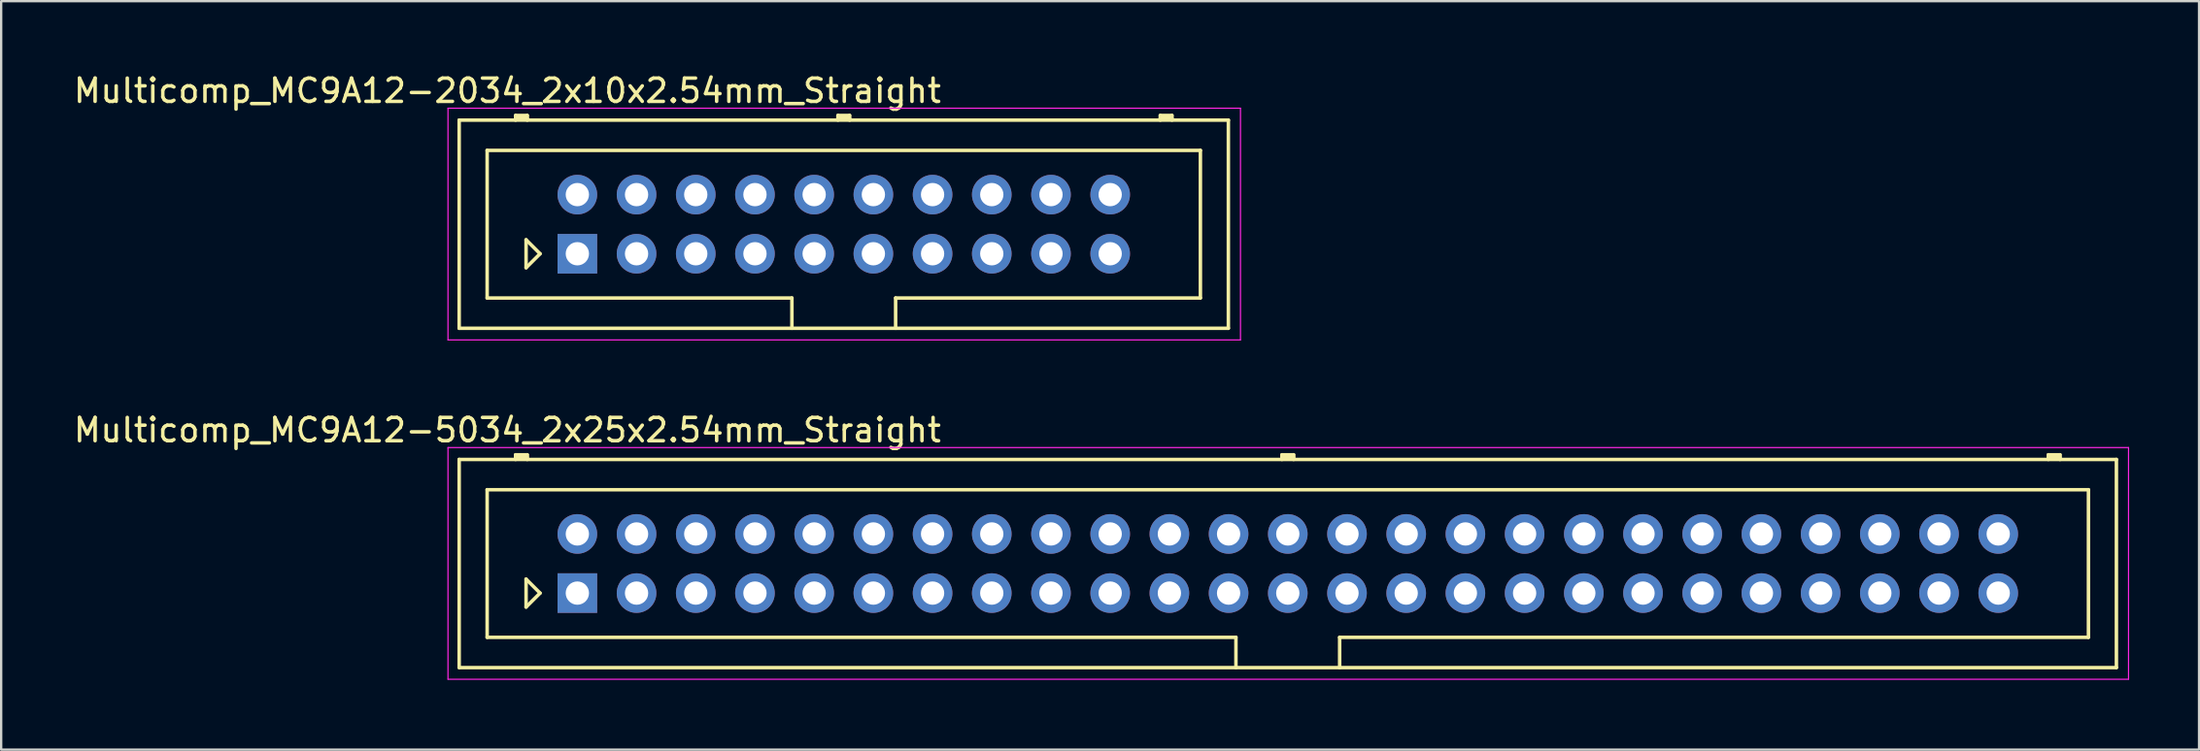
<source format=kicad_pcb>
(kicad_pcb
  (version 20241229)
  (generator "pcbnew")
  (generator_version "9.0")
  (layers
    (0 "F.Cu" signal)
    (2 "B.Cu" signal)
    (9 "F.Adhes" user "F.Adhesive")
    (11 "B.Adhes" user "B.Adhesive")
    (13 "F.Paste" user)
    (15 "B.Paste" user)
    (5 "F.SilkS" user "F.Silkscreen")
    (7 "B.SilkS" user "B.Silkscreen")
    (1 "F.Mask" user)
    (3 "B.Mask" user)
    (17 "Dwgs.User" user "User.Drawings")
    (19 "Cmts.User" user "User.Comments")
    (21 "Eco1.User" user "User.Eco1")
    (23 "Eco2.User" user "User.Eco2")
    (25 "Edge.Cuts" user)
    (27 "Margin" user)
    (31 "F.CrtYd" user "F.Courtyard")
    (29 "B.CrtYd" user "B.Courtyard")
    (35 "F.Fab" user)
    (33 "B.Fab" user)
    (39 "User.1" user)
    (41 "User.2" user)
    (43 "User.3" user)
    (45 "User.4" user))
  (footprint "Multicomp_MC9A12-2034_2x10x2.54mm_Straight"
    (layer "F.Cu")
    (at 21.72 7.848)
    (property "Reference" "Multicomp_MC9A12-2034_2x10x2.54mm_Straight" (at -3 -7 0) (layer "F.SilkS") (effects (font (size 1 1) (thickness 0.15))))
    (attr through_hole)
    (fp_line (start -5.07 -5.74) (end 27.93 -5.74) (stroke (width 0.15) (type solid)) (layer "F.SilkS"))
    (fp_line (start -5.07 3.2) (end -5.07 -5.74) (stroke (width 0.15) (type solid)) (layer "F.SilkS"))
    (fp_line (start -3.87 -4.44) (end 26.73 -4.44) (stroke (width 0.15) (type solid)) (layer "F.SilkS"))
    (fp_line (start -3.87 1.9) (end -3.87 -4.44) (stroke (width 0.15) (type solid)) (layer "F.SilkS"))
    (fp_line (start -2.65 -5.94) (end -2.15 -5.94) (stroke (width 0.15) (type solid)) (layer "F.SilkS"))
    (fp_line (start -2.65 -5.84) (end -2.15 -5.84) (stroke (width 0.15) (type solid)) (layer "F.SilkS"))
    (fp_line (start -2.65 -5.74) (end -2.65 -5.94) (stroke (width 0.15) (type solid)) (layer "F.SilkS"))
    (fp_line (start -2.2 -0.6) (end -1.6 0) (stroke (width 0.15) (type solid)) (layer "F.SilkS"))
    (fp_line (start -2.2 0.6) (end -2.2 -0.6) (stroke (width 0.15) (type solid)) (layer "F.SilkS"))
    (fp_line (start -2.15 -5.94) (end -2.15 -5.74) (stroke (width 0.15) (type solid)) (layer "F.SilkS"))
    (fp_line (start -1.6 0) (end -2.2 0.6) (stroke (width 0.15) (type solid)) (layer "F.SilkS"))
    (fp_line (start 9.205 1.9) (end -3.87 1.9) (stroke (width 0.15) (type solid)) (layer "F.SilkS"))
    (fp_line (start 9.205 3.2) (end 9.205 1.9) (stroke (width 0.15) (type solid)) (layer "F.SilkS"))
    (fp_line (start 11.18 -5.94) (end 11.68 -5.94) (stroke (width 0.15) (type solid)) (layer "F.SilkS"))
    (fp_line (start 11.18 -5.84) (end 11.68 -5.84) (stroke (width 0.15) (type solid)) (layer "F.SilkS"))
    (fp_line (start 11.18 -5.74) (end 11.18 -5.94) (stroke (width 0.15) (type solid)) (layer "F.SilkS"))
    (fp_line (start 11.68 -5.94) (end 11.68 -5.74) (stroke (width 0.15) (type solid)) (layer "F.SilkS"))
    (fp_line (start 13.655 1.9) (end 13.655 3.2) (stroke (width 0.15) (type solid)) (layer "F.SilkS"))
    (fp_line (start 25.01 -5.94) (end 25.51 -5.94) (stroke (width 0.15) (type solid)) (layer "F.SilkS"))
    (fp_line (start 25.01 -5.84) (end 25.51 -5.84) (stroke (width 0.15) (type solid)) (layer "F.SilkS"))
    (fp_line (start 25.01 -5.74) (end 25.01 -5.94) (stroke (width 0.15) (type solid)) (layer "F.SilkS"))
    (fp_line (start 25.51 -5.94) (end 25.51 -5.74) (stroke (width 0.15) (type solid)) (layer "F.SilkS"))
    (fp_line (start 26.73 -4.44) (end 26.73 1.9) (stroke (width 0.15) (type solid)) (layer "F.SilkS"))
    (fp_line (start 26.73 1.9) (end 13.655 1.9) (stroke (width 0.15) (type solid)) (layer "F.SilkS"))
    (fp_line (start 27.93 -5.74) (end 27.93 3.2) (stroke (width 0.15) (type solid)) (layer "F.SilkS"))
    (fp_line (start 27.93 3.2) (end -5.07 3.2) (stroke (width 0.15) (type solid)) (layer "F.SilkS"))
    (fp_line (start -5.55 -6.25) (end 28.45 -6.25) (stroke (width 0.05) (type solid)) (layer "F.CrtYd"))
    (fp_line (start -5.55 3.7) (end -5.55 -6.25) (stroke (width 0.05) (type solid)) (layer "F.CrtYd"))
    (fp_line (start 28.45 -6.25) (end 28.45 3.7) (stroke (width 0.05) (type solid)) (layer "F.CrtYd"))
    (fp_line (start 28.45 3.7) (end -5.55 3.7) (stroke (width 0.05) (type solid)) (layer "F.CrtYd"))
    (pad "1" thru_hole rect (at 0 0) (size 1.7 1.7) (drill 1) (layers "*.Cu" "*.Mask"))
    (pad "2" thru_hole circle (at 0 -2.54) (size 1.7 1.7) (drill 1) (layers "*.Cu" "*.Mask"))
    (pad "3" thru_hole circle (at 2.54 0) (size 1.7 1.7) (drill 1) (layers "*.Cu" "*.Mask"))
    (pad "4" thru_hole circle (at 2.54 -2.54) (size 1.7 1.7) (drill 1) (layers "*.Cu" "*.Mask"))
    (pad "5" thru_hole circle (at 5.08 0) (size 1.7 1.7) (drill 1) (layers "*.Cu" "*.Mask"))
    (pad "6" thru_hole circle (at 5.08 -2.54) (size 1.7 1.7) (drill 1) (layers "*.Cu" "*.Mask"))
    (pad "7" thru_hole circle (at 7.62 0) (size 1.7 1.7) (drill 1) (layers "*.Cu" "*.Mask"))
    (pad "8" thru_hole circle (at 7.62 -2.54) (size 1.7 1.7) (drill 1) (layers "*.Cu" "*.Mask"))
    (pad "9" thru_hole circle (at 10.16 0) (size 1.7 1.7) (drill 1) (layers "*.Cu" "*.Mask"))
    (pad "10" thru_hole circle (at 10.16 -2.54) (size 1.7 1.7) (drill 1) (layers "*.Cu" "*.Mask"))
    (pad "11" thru_hole circle (at 12.7 0) (size 1.7 1.7) (drill 1) (layers "*.Cu" "*.Mask"))
    (pad "12" thru_hole circle (at 12.7 -2.54) (size 1.7 1.7) (drill 1) (layers "*.Cu" "*.Mask"))
    (pad "13" thru_hole circle (at 15.24 0) (size 1.7 1.7) (drill 1) (layers "*.Cu" "*.Mask"))
    (pad "14" thru_hole circle (at 15.24 -2.54) (size 1.7 1.7) (drill 1) (layers "*.Cu" "*.Mask"))
    (pad "15" thru_hole circle (at 17.78 0) (size 1.7 1.7) (drill 1) (layers "*.Cu" "*.Mask"))
    (pad "16" thru_hole circle (at 17.78 -2.54) (size 1.7 1.7) (drill 1) (layers "*.Cu" "*.Mask"))
    (pad "17" thru_hole circle (at 20.32 0) (size 1.7 1.7) (drill 1) (layers "*.Cu" "*.Mask"))
    (pad "18" thru_hole circle (at 20.32 -2.54) (size 1.7 1.7) (drill 1) (layers "*.Cu" "*.Mask"))
    (pad "19" thru_hole circle (at 22.86 0) (size 1.7 1.7) (drill 1) (layers "*.Cu" "*.Mask"))
    (pad "20" thru_hole circle (at 22.86 -2.54) (size 1.7 1.7) (drill 1) (layers "*.Cu" "*.Mask")))
  (footprint "Multicomp_MC9A12-5034_2x25x2.54mm_Straight"
    (layer "F.Cu")
    (at 21.72 22.422)
    (property "Reference" "Multicomp_MC9A12-5034_2x25x2.54mm_Straight" (at -3 -7 0) (layer "F.SilkS") (effects (font (size 1 1) (thickness 0.15))))
    (attr through_hole)
    (fp_line (start -5.07 -5.74) (end 66.03 -5.74) (stroke (width 0.15) (type solid)) (layer "F.SilkS"))
    (fp_line (start -5.07 3.2) (end -5.07 -5.74) (stroke (width 0.15) (type solid)) (layer "F.SilkS"))
    (fp_line (start -3.87 -4.44) (end 64.83 -4.44) (stroke (width 0.15) (type solid)) (layer "F.SilkS"))
    (fp_line (start -3.87 1.9) (end -3.87 -4.44) (stroke (width 0.15) (type solid)) (layer "F.SilkS"))
    (fp_line (start -2.65 -5.94) (end -2.15 -5.94) (stroke (width 0.15) (type solid)) (layer "F.SilkS"))
    (fp_line (start -2.65 -5.84) (end -2.15 -5.84) (stroke (width 0.15) (type solid)) (layer "F.SilkS"))
    (fp_line (start -2.65 -5.74) (end -2.65 -5.94) (stroke (width 0.15) (type solid)) (layer "F.SilkS"))
    (fp_line (start -2.2 -0.6) (end -1.6 0) (stroke (width 0.15) (type solid)) (layer "F.SilkS"))
    (fp_line (start -2.2 0.6) (end -2.2 -0.6) (stroke (width 0.15) (type solid)) (layer "F.SilkS"))
    (fp_line (start -2.15 -5.94) (end -2.15 -5.74) (stroke (width 0.15) (type solid)) (layer "F.SilkS"))
    (fp_line (start -1.6 0) (end -2.2 0.6) (stroke (width 0.15) (type solid)) (layer "F.SilkS"))
    (fp_line (start 28.255 1.9) (end -3.87 1.9) (stroke (width 0.15) (type solid)) (layer "F.SilkS"))
    (fp_line (start 28.255 3.2) (end 28.255 1.9) (stroke (width 0.15) (type solid)) (layer "F.SilkS"))
    (fp_line (start 30.23 -5.94) (end 30.73 -5.94) (stroke (width 0.15) (type solid)) (layer "F.SilkS"))
    (fp_line (start 30.23 -5.84) (end 30.73 -5.84) (stroke (width 0.15) (type solid)) (layer "F.SilkS"))
    (fp_line (start 30.23 -5.74) (end 30.23 -5.94) (stroke (width 0.15) (type solid)) (layer "F.SilkS"))
    (fp_line (start 30.73 -5.94) (end 30.73 -5.74) (stroke (width 0.15) (type solid)) (layer "F.SilkS"))
    (fp_line (start 32.705 1.9) (end 32.705 3.2) (stroke (width 0.15) (type solid)) (layer "F.SilkS"))
    (fp_line (start 63.11 -5.94) (end 63.61 -5.94) (stroke (width 0.15) (type solid)) (layer "F.SilkS"))
    (fp_line (start 63.11 -5.84) (end 63.61 -5.84) (stroke (width 0.15) (type solid)) (layer "F.SilkS"))
    (fp_line (start 63.11 -5.74) (end 63.11 -5.94) (stroke (width 0.15) (type solid)) (layer "F.SilkS"))
    (fp_line (start 63.61 -5.94) (end 63.61 -5.74) (stroke (width 0.15) (type solid)) (layer "F.SilkS"))
    (fp_line (start 64.83 -4.44) (end 64.83 1.9) (stroke (width 0.15) (type solid)) (layer "F.SilkS"))
    (fp_line (start 64.83 1.9) (end 32.705 1.9) (stroke (width 0.15) (type solid)) (layer "F.SilkS"))
    (fp_line (start 66.03 -5.74) (end 66.03 3.2) (stroke (width 0.15) (type solid)) (layer "F.SilkS"))
    (fp_line (start 66.03 3.2) (end -5.07 3.2) (stroke (width 0.15) (type solid)) (layer "F.SilkS"))
    (fp_line (start -5.55 -6.25) (end 66.55 -6.25) (stroke (width 0.05) (type solid)) (layer "F.CrtYd"))
    (fp_line (start -5.55 3.7) (end -5.55 -6.25) (stroke (width 0.05) (type solid)) (layer "F.CrtYd"))
    (fp_line (start 66.55 -6.25) (end 66.55 3.7) (stroke (width 0.05) (type solid)) (layer "F.CrtYd"))
    (fp_line (start 66.55 3.7) (end -5.55 3.7) (stroke (width 0.05) (type solid)) (layer "F.CrtYd"))
    (pad "1" thru_hole rect (at 0 0) (size 1.7 1.7) (drill 1) (layers "*.Cu" "*.Mask"))
    (pad "2" thru_hole circle (at 0 -2.54) (size 1.7 1.7) (drill 1) (layers "*.Cu" "*.Mask"))
    (pad "3" thru_hole circle (at 2.54 0) (size 1.7 1.7) (drill 1) (layers "*.Cu" "*.Mask"))
    (pad "4" thru_hole circle (at 2.54 -2.54) (size 1.7 1.7) (drill 1) (layers "*.Cu" "*.Mask"))
    (pad "5" thru_hole circle (at 5.08 0) (size 1.7 1.7) (drill 1) (layers "*.Cu" "*.Mask"))
    (pad "6" thru_hole circle (at 5.08 -2.54) (size 1.7 1.7) (drill 1) (layers "*.Cu" "*.Mask"))
    (pad "7" thru_hole circle (at 7.62 0) (size 1.7 1.7) (drill 1) (layers "*.Cu" "*.Mask"))
    (pad "8" thru_hole circle (at 7.62 -2.54) (size 1.7 1.7) (drill 1) (layers "*.Cu" "*.Mask"))
    (pad "9" thru_hole circle (at 10.16 0) (size 1.7 1.7) (drill 1) (layers "*.Cu" "*.Mask"))
    (pad "10" thru_hole circle (at 10.16 -2.54) (size 1.7 1.7) (drill 1) (layers "*.Cu" "*.Mask"))
    (pad "11" thru_hole circle (at 12.7 0) (size 1.7 1.7) (drill 1) (layers "*.Cu" "*.Mask"))
    (pad "12" thru_hole circle (at 12.7 -2.54) (size 1.7 1.7) (drill 1) (layers "*.Cu" "*.Mask"))
    (pad "13" thru_hole circle (at 15.24 0) (size 1.7 1.7) (drill 1) (layers "*.Cu" "*.Mask"))
    (pad "14" thru_hole circle (at 15.24 -2.54) (size 1.7 1.7) (drill 1) (layers "*.Cu" "*.Mask"))
    (pad "15" thru_hole circle (at 17.78 0) (size 1.7 1.7) (drill 1) (layers "*.Cu" "*.Mask"))
    (pad "16" thru_hole circle (at 17.78 -2.54) (size 1.7 1.7) (drill 1) (layers "*.Cu" "*.Mask"))
    (pad "17" thru_hole circle (at 20.32 0) (size 1.7 1.7) (drill 1) (layers "*.Cu" "*.Mask"))
    (pad "18" thru_hole circle (at 20.32 -2.54) (size 1.7 1.7) (drill 1) (layers "*.Cu" "*.Mask"))
    (pad "19" thru_hole circle (at 22.86 0) (size 1.7 1.7) (drill 1) (layers "*.Cu" "*.Mask"))
    (pad "20" thru_hole circle (at 22.86 -2.54) (size 1.7 1.7) (drill 1) (layers "*.Cu" "*.Mask"))
    (pad "21" thru_hole circle (at 25.4 0) (size 1.7 1.7) (drill 1) (layers "*.Cu" "*.Mask"))
    (pad "22" thru_hole circle (at 25.4 -2.54) (size 1.7 1.7) (drill 1) (layers "*.Cu" "*.Mask"))
    (pad "23" thru_hole circle (at 27.94 0) (size 1.7 1.7) (drill 1) (layers "*.Cu" "*.Mask"))
    (pad "24" thru_hole circle (at 27.94 -2.54) (size 1.7 1.7) (drill 1) (layers "*.Cu" "*.Mask"))
    (pad "25" thru_hole circle (at 30.48 0) (size 1.7 1.7) (drill 1) (layers "*.Cu" "*.Mask"))
    (pad "26" thru_hole circle (at 30.48 -2.54) (size 1.7 1.7) (drill 1) (layers "*.Cu" "*.Mask"))
    (pad "27" thru_hole circle (at 33.02 0) (size 1.7 1.7) (drill 1) (layers "*.Cu" "*.Mask"))
    (pad "28" thru_hole circle (at 33.02 -2.54) (size 1.7 1.7) (drill 1) (layers "*.Cu" "*.Mask"))
    (pad "29" thru_hole circle (at 35.56 0) (size 1.7 1.7) (drill 1) (layers "*.Cu" "*.Mask"))
    (pad "30" thru_hole circle (at 35.56 -2.54) (size 1.7 1.7) (drill 1) (layers "*.Cu" "*.Mask"))
    (pad "31" thru_hole circle (at 38.1 0) (size 1.7 1.7) (drill 1) (layers "*.Cu" "*.Mask"))
    (pad "32" thru_hole circle (at 38.1 -2.54) (size 1.7 1.7) (drill 1) (layers "*.Cu" "*.Mask"))
    (pad "33" thru_hole circle (at 40.64 0) (size 1.7 1.7) (drill 1) (layers "*.Cu" "*.Mask"))
    (pad "34" thru_hole circle (at 40.64 -2.54) (size 1.7 1.7) (drill 1) (layers "*.Cu" "*.Mask"))
    (pad "35" thru_hole circle (at 43.18 0) (size 1.7 1.7) (drill 1) (layers "*.Cu" "*.Mask"))
    (pad "36" thru_hole circle (at 43.18 -2.54) (size 1.7 1.7) (drill 1) (layers "*.Cu" "*.Mask"))
    (pad "37" thru_hole circle (at 45.72 0) (size 1.7 1.7) (drill 1) (layers "*.Cu" "*.Mask"))
    (pad "38" thru_hole circle (at 45.72 -2.54) (size 1.7 1.7) (drill 1) (layers "*.Cu" "*.Mask"))
    (pad "39" thru_hole circle (at 48.26 0) (size 1.7 1.7) (drill 1) (layers "*.Cu" "*.Mask"))
    (pad "40" thru_hole circle (at 48.26 -2.54) (size 1.7 1.7) (drill 1) (layers "*.Cu" "*.Mask"))
    (pad "41" thru_hole circle (at 50.8 0) (size 1.7 1.7) (drill 1) (layers "*.Cu" "*.Mask"))
    (pad "42" thru_hole circle (at 50.8 -2.54) (size 1.7 1.7) (drill 1) (layers "*.Cu" "*.Mask"))
    (pad "43" thru_hole circle (at 53.34 0) (size 1.7 1.7) (drill 1) (layers "*.Cu" "*.Mask"))
    (pad "44" thru_hole circle (at 53.34 -2.54) (size 1.7 1.7) (drill 1) (layers "*.Cu" "*.Mask"))
    (pad "45" thru_hole circle (at 55.88 0) (size 1.7 1.7) (drill 1) (layers "*.Cu" "*.Mask"))
    (pad "46" thru_hole circle (at 55.88 -2.54) (size 1.7 1.7) (drill 1) (layers "*.Cu" "*.Mask"))
    (pad "47" thru_hole circle (at 58.42 0) (size 1.7 1.7) (drill 1) (layers "*.Cu" "*.Mask"))
    (pad "48" thru_hole circle (at 58.42 -2.54) (size 1.7 1.7) (drill 1) (layers "*.Cu" "*.Mask"))
    (pad "49" thru_hole circle (at 60.96 0) (size 1.7 1.7) (drill 1) (layers "*.Cu" "*.Mask"))
    (pad "50" thru_hole circle (at 60.96 -2.54) (size 1.7 1.7) (drill 1) (layers "*.Cu" "*.Mask")))
  (gr_rect
    (start -3 -3)
    (end 91.295 29.146)
    (stroke (width 0.1) (type default))
    (fill no)
    (layer "Edge.Cuts")))
</source>
